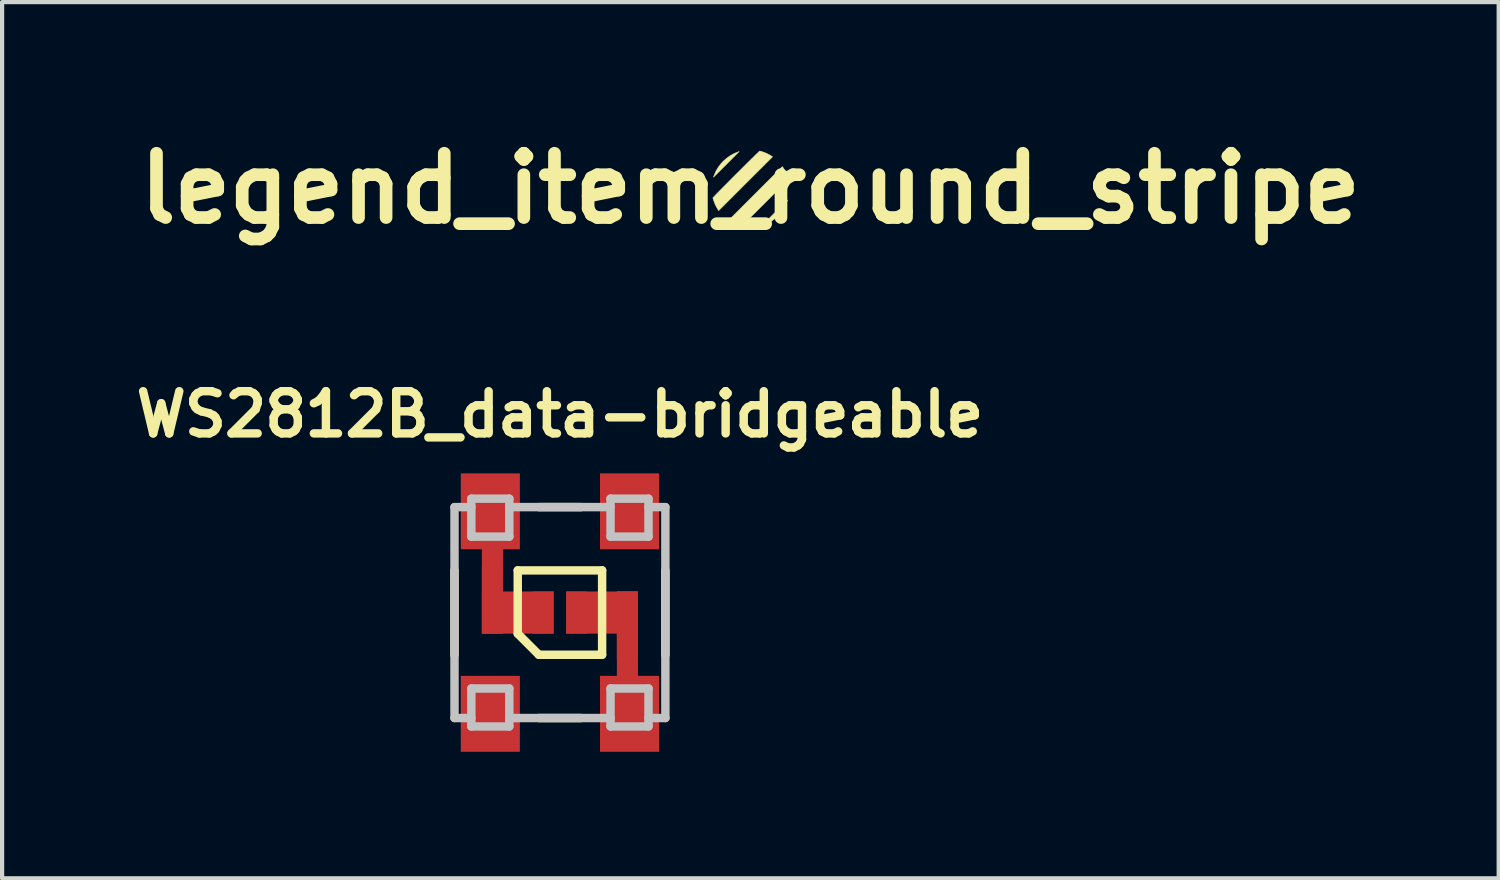
<source format=kicad_pcb>
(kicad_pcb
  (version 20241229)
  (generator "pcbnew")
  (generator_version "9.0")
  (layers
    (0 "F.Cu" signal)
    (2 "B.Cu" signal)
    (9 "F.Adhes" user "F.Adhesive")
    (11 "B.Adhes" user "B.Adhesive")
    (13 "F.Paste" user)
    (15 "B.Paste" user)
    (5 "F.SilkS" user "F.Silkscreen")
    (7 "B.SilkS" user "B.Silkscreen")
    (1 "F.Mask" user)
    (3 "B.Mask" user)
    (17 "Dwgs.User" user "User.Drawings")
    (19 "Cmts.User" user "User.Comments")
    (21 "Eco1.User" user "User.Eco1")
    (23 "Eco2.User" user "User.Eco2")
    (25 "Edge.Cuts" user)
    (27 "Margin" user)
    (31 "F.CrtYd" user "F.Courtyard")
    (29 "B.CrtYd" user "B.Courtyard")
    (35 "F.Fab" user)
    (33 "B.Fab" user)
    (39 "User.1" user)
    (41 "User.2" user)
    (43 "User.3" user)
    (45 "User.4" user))
  (footprint "WS2812B_data-bridgeable"
    (layer "F.Cu")
    (at 10.224 11.472)
    (property "Reference" "WS2812B_data-bridgeable" (at 0 -4.7 0) (layer "F.SilkS") (effects (font (size 1 1) (thickness 0.2))))
    (attr through_hole)
    (fp_line (start -2.5 -1) (end -2.5 1) (stroke (width 0.2) (type solid)) (layer "F.SilkS"))
    (fp_line (start -1 -1) (end 1 -1) (stroke (width 0.2) (type solid)) (layer "F.SilkS"))
    (fp_line (start -1 0.5) (end -1 -1) (stroke (width 0.2) (type solid)) (layer "F.SilkS"))
    (fp_line (start -0.5 -2.5) (end 0.5 -2.5) (stroke (width 0.2) (type solid)) (layer "F.SilkS"))
    (fp_line (start -0.5 1) (end -1 0.5) (stroke (width 0.2) (type solid)) (layer "F.SilkS"))
    (fp_line (start -0.5 2.5) (end 0.5 2.5) (stroke (width 0.2) (type solid)) (layer "F.SilkS"))
    (fp_line (start 1 -1) (end 1 1) (stroke (width 0.2) (type solid)) (layer "F.SilkS"))
    (fp_line (start 1 1) (end -0.5 1) (stroke (width 0.2) (type solid)) (layer "F.SilkS"))
    (fp_line (start 2.5 -1) (end 2.5 1) (stroke (width 0.2) (type solid)) (layer "F.SilkS"))
    (fp_line (start -2.5 -2.5) (end -2.1 -2.5) (stroke (width 0.2) (type solid)) (layer "Dwgs.User"))
    (fp_line (start -2.5 2.5) (end -2.1 2.5) (stroke (width 0.2) (type solid)) (layer "Dwgs.User"))
    (fp_line (start -2.499 2.499) (end -2.499 -2.499) (stroke (width 0.2) (type solid)) (layer "Dwgs.User"))
    (fp_line (start -2.1 -2.7) (end -1.2 -2.7) (stroke (width 0.2) (type solid)) (layer "Dwgs.User"))
    (fp_line (start -2.1 -1.8) (end -2.1 -2.7) (stroke (width 0.2) (type solid)) (layer "Dwgs.User"))
    (fp_line (start -2.1 1.8) (end -1.2 1.8) (stroke (width 0.2) (type solid)) (layer "Dwgs.User"))
    (fp_line (start -2.1 2.7) (end -2.1 1.8) (stroke (width 0.2) (type solid)) (layer "Dwgs.User"))
    (fp_line (start -1.2 -2.7) (end -1.2 -1.8) (stroke (width 0.2) (type solid)) (layer "Dwgs.User"))
    (fp_line (start -1.2 -2.5) (end 1.2 -2.5) (stroke (width 0.2) (type solid)) (layer "Dwgs.User"))
    (fp_line (start -1.2 -1.8) (end -2.1 -1.8) (stroke (width 0.2) (type solid)) (layer "Dwgs.User"))
    (fp_line (start -1.2 1.8) (end -1.2 2.7) (stroke (width 0.2) (type solid)) (layer "Dwgs.User"))
    (fp_line (start -1.2 2.5) (end 1.2 2.5) (stroke (width 0.2) (type solid)) (layer "Dwgs.User"))
    (fp_line (start -1.2 2.7) (end -2.1 2.7) (stroke (width 0.2) (type solid)) (layer "Dwgs.User"))
    (fp_line (start 1.2 -2.7) (end 1.2 -1.8) (stroke (width 0.2) (type solid)) (layer "Dwgs.User"))
    (fp_line (start 1.2 -1.8) (end 2.1 -1.8) (stroke (width 0.2) (type solid)) (layer "Dwgs.User"))
    (fp_line (start 1.2 1.8) (end 2.1 1.8) (stroke (width 0.2) (type solid)) (layer "Dwgs.User"))
    (fp_line (start 1.2 2.7) (end 1.2 1.8) (stroke (width 0.2) (type solid)) (layer "Dwgs.User"))
    (fp_line (start 2.1 -2.7) (end 1.2 -2.7) (stroke (width 0.2) (type solid)) (layer "Dwgs.User"))
    (fp_line (start 2.1 -2.5) (end 2.5 -2.5) (stroke (width 0.2) (type solid)) (layer "Dwgs.User"))
    (fp_line (start 2.1 -1.8) (end 2.1 -2.7) (stroke (width 0.2) (type solid)) (layer "Dwgs.User"))
    (fp_line (start 2.1 1.8) (end 2.1 2.7) (stroke (width 0.2) (type solid)) (layer "Dwgs.User"))
    (fp_line (start 2.1 2.5) (end 2.5 2.5) (stroke (width 0.2) (type solid)) (layer "Dwgs.User"))
    (fp_line (start 2.1 2.7) (end 1.2 2.7) (stroke (width 0.2) (type solid)) (layer "Dwgs.User"))
    (fp_line (start 2.5 -2.5) (end 2.5 2.5) (stroke (width 0.2) (type solid)) (layer "Dwgs.User"))
    (pad "1" smd rect (at 1.65 -2.4) (size 1.4 1.8) (layers "F.Cu" "F.Mask" "F.Paste"))
    (pad "2" smd rect (at -1.65 -2.4) (size 1.4 1.8) (layers "F.Cu" "F.Mask" "F.Paste"))
    (pad "2" smd rect (at -1.6 -1) (size 0.5 3) (layers "F.Cu"))
    (pad "2" smd rect (at -1.6 -0.3) (size 0.5 1.6) (layers "F.Cu"))
    (pad "2" smd rect (at -1 0) (size 1.7 1) (layers "F.Cu"))
    (pad "2" smd rect (at -0.4 0) (size 0.5 1) (layers "F.Cu" "F.Mask"))
    (pad "3" smd rect (at -1.65 2.4) (size 1.4 1.8) (layers "F.Cu" "F.Mask" "F.Paste"))
    (pad "4" smd rect (at 0.4 0) (size 0.5 1) (layers "F.Cu" "F.Mask"))
    (pad "4" smd rect (at 1 0) (size 1.7 1) (layers "F.Cu"))
    (pad "4" smd rect (at 1.6 0.3) (size 0.5 1.6) (layers "F.Cu"))
    (pad "4" smd rect (at 1.6 1) (size 0.5 3) (layers "F.Cu"))
    (pad "4" smd rect (at 1.65 2.4) (size 1.4 1.8) (layers "F.Cu" "F.Mask" "F.Paste")))
  (footprint "legend_item_round_stripe"
    (layer "F.Cu")
    (at 14.739 1.418)
    (property "Reference" "legend_item_round_stripe" (at 0 0 0) (layer "F.SilkS") (effects (font (size 1.524 1.524) (thickness 0.3))))
    (attr through_hole)
    (fp_poly (pts (xy -0.568 -0.572) (xy -0.62 -0.52) (xy -0.668 -0.472) (xy -0.714 -0.426) (xy -0.755 -0.385) (xy -0.791 -0.349) (xy -0.822 -0.319) (xy -0.846 -0.294) (xy -0.864 -0.277) (xy -0.873 -0.268) (xy -0.875 -0.267) (xy -0.873 -0.272) (xy -0.869 -0.287) (xy -0.861 -0.307) (xy -0.859 -0.313) (xy -0.82 -0.405) (xy -0.769 -0.493) (xy -0.708 -0.576) (xy -0.639 -0.651) (xy -0.561 -0.719) (xy -0.478 -0.779) (xy -0.389 -0.827) (xy -0.311 -0.86) (xy -0.264 -0.877) (xy -0.568 -0.572)) (stroke (width 0.01) (type solid)) (fill yes) (layer "F.SilkS"))
    (fp_poly (pts (xy 0.88 0.279) (xy 0.875 0.293) (xy 0.868 0.314) (xy 0.866 0.319) (xy 0.826 0.411) (xy 0.775 0.499) (xy 0.714 0.582) (xy 0.645 0.658) (xy 0.568 0.726) (xy 0.484 0.785) (xy 0.395 0.834) (xy 0.318 0.866) (xy 0.27 0.883) (xy 0.575 0.578) (xy 0.626 0.527) (xy 0.675 0.478) (xy 0.72 0.433) (xy 0.761 0.392) (xy 0.798 0.355) (xy 0.828 0.325) (xy 0.853 0.301) (xy 0.87 0.284) (xy 0.879 0.274) (xy 0.881 0.273) (xy 0.88 0.279)) (stroke (width 0.01) (type solid)) (fill yes) (layer "F.SilkS"))
    (fp_poly (pts (xy 0.78 -0.487) (xy 0.817 -0.422) (xy 0.851 -0.35) (xy 0.874 -0.289) (xy 0.882 -0.262) (xy 0.89 -0.238) (xy 0.894 -0.221) (xy 0.895 -0.215) (xy 0.891 -0.209) (xy 0.878 -0.195) (xy 0.858 -0.174) (xy 0.83 -0.145) (xy 0.796 -0.111) (xy 0.757 -0.07) (xy 0.712 -0.025) (xy 0.663 0.025) (xy 0.61 0.078) (xy 0.555 0.134) (xy 0.496 0.192) (xy 0.437 0.252) (xy 0.376 0.313) (xy 0.314 0.375) (xy 0.253 0.435) (xy 0.193 0.495) (xy 0.135 0.553) (xy 0.078 0.609) (xy 0.025 0.662) (xy -0.025 0.711) (xy -0.07 0.756) (xy -0.111 0.795) (xy -0.145 0.829) (xy -0.174 0.857) (xy -0.196 0.878) (xy -0.21 0.891) (xy -0.216 0.895) (xy -0.216 0.895) (xy -0.226 0.893) (xy -0.244 0.888) (xy -0.269 0.88) (xy -0.29 0.873) (xy -0.352 0.85) (xy -0.408 0.824) (xy -0.466 0.793) (xy -0.478 0.785) (xy -0.521 0.759) (xy 0.119 0.119) (xy 0.759 -0.52) (xy 0.78 -0.487)) (stroke (width 0.01) (type solid)) (fill yes) (layer "F.SilkS"))
    (fp_poly (pts (xy 0.231 -0.887) (xy 0.249 -0.882) (xy 0.274 -0.874) (xy 0.295 -0.867) (xy 0.369 -0.839) (xy 0.44 -0.805) (xy 0.494 -0.773) (xy 0.527 -0.752) (xy -0.113 -0.113) (xy -0.753 0.527) (xy -0.779 0.484) (xy -0.795 0.456) (xy -0.812 0.426) (xy -0.825 0.401) (xy -0.834 0.381) (xy -0.845 0.354) (xy -0.857 0.324) (xy -0.868 0.293) (xy -0.878 0.264) (xy -0.885 0.241) (xy -0.889 0.225) (xy -0.889 0.221) (xy -0.885 0.216) (xy -0.872 0.202) (xy -0.851 0.18) (xy -0.824 0.152) (xy -0.79 0.117) (xy -0.75 0.077) (xy -0.706 0.032) (xy -0.657 -0.018) (xy -0.604 -0.071) (xy -0.548 -0.127) (xy -0.49 -0.186) (xy -0.43 -0.246) (xy -0.37 -0.307) (xy -0.308 -0.368) (xy -0.247 -0.429) (xy -0.187 -0.489) (xy -0.129 -0.547) (xy -0.073 -0.603) (xy -0.019 -0.655) (xy 0.03 -0.705) (xy 0.076 -0.749) (xy 0.116 -0.789) (xy 0.151 -0.823) (xy 0.18 -0.851) (xy 0.201 -0.871) (xy 0.216 -0.884) (xy 0.221 -0.889) (xy 0.221 -0.889) (xy 0.231 -0.887)) (stroke (width 0.01) (type solid)) (fill yes) (layer "F.SilkS")))
  (gr_rect
    (start -3 -3)
    (end 32.479 17.772)
    (stroke (width 0.1) (type default))
    (fill no)
    (layer "Edge.Cuts")))
</source>
